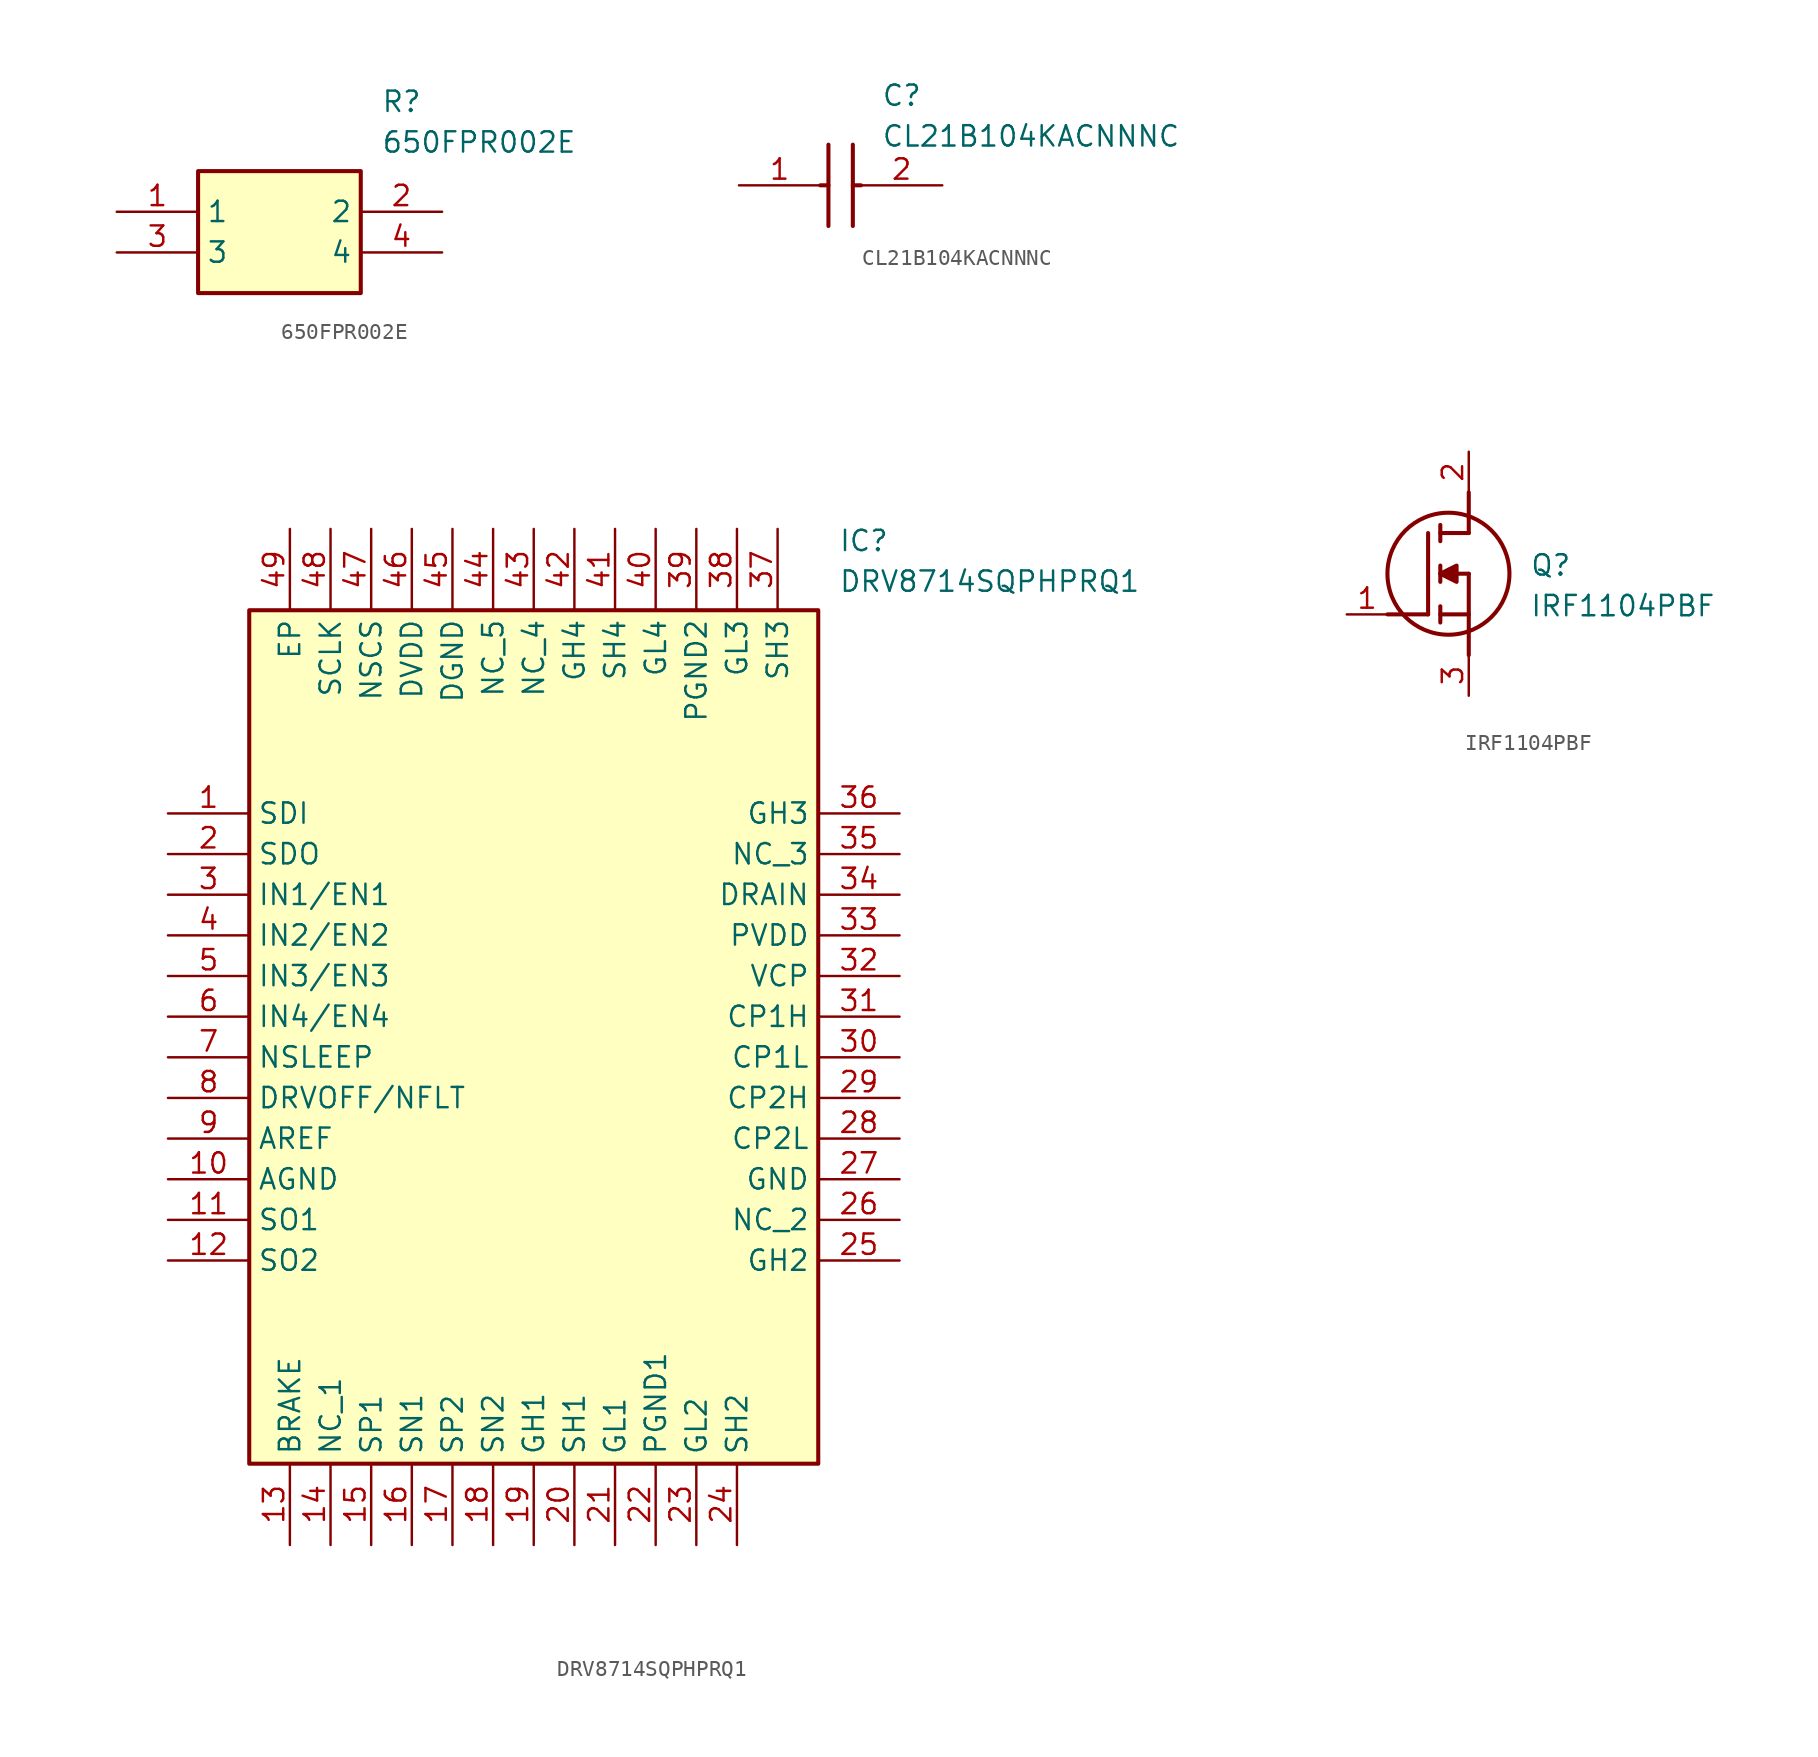
<source format=kicad_sym>
(kicad_symbol_lib
  (version 20231120)
  (generator "kicad_symbol_editor")
  (generator_version "8.0")
  (symbol "650FPR002E"
    (property "Reference" "R"
      (at 16.51 7.62 0)
      (effects (font (size 1.27 1.27)) (justify left top)))
    (property "Value" "650FPR002E"
      (at 16.51 5.08 0)
      (effects (font (size 1.27 1.27)) (justify left top)))
    (symbol "650FPR002E_1_1"
      (rectangle (start 5.08 2.54) (end 15.24 -5.08) (stroke (width 0.254) (type default)) (fill (type background)))
      (pin passive line (at 0 0 0) (length 5.08) (name "1" (effects (font (size 1.27 1.27)))) (number "1" (effects (font (size 1.27 1.27)))))
      (pin passive line (at 20.32 0 180) (length 5.08) (name "2" (effects (font (size 1.27 1.27)))) (number "2" (effects (font (size 1.27 1.27)))))
      (pin passive line (at 0 -2.54 0) (length 5.08) (name "3" (effects (font (size 1.27 1.27)))) (number "3" (effects (font (size 1.27 1.27)))))
      (pin passive line (at 20.32 -2.54 180) (length 5.08) (name "4" (effects (font (size 1.27 1.27)))) (number "4" (effects (font (size 1.27 1.27)))))))
  (symbol "CL21B104KACNNNC"
    (pin_names hide)
    (property "Reference" "C"
      (at 8.89 6.35 0)
      (effects (font (size 1.27 1.27)) (justify left top)))
    (property "Value" "CL21B104KACNNNC"
      (at 8.89 3.81 0)
      (effects (font (size 1.27 1.27)) (justify left top)))
    (symbol "CL21B104KACNNNC_1_1"
      (polyline (pts (xy 5.08 0) (xy 5.588 0)) (stroke (width 0.254) (type default)) (fill (type none)))
      (polyline (pts (xy 5.588 2.54) (xy 5.588 -2.54)) (stroke (width 0.254) (type default)) (fill (type none)))
      (polyline (pts (xy 7.112 0) (xy 7.62 0)) (stroke (width 0.254) (type default)) (fill (type none)))
      (polyline (pts (xy 7.112 2.54) (xy 7.112 -2.54)) (stroke (width 0.254) (type default)) (fill (type none)))
      (pin passive line (at 0 0 0) (length 5.08) (name "1" (effects (font (size 1.27 1.27)))) (number "1" (effects (font (size 1.27 1.27)))))
      (pin passive line (at 12.7 0 180) (length 5.08) (name "2" (effects (font (size 1.27 1.27)))) (number "2" (effects (font (size 1.27 1.27)))))))
  (symbol "DRV8714SQPHPRQ1"
    (property "Reference" "IC"
      (at 41.91 17.78 0)
      (effects (font (size 1.27 1.27)) (justify left top)))
    (property "Value" "DRV8714SQPHPRQ1"
      (at 41.91 15.24 0)
      (effects (font (size 1.27 1.27)) (justify left top)))
    (symbol "DRV8714SQPHPRQ1_1_1"
      (rectangle (start 5.08 12.7) (end 40.64 -40.64) (stroke (width 0.254) (type default)) (fill (type background)))
      (pin passive line (at 0 0 0) (length 5.08) (name "SDI" (effects (font (size 1.27 1.27)))) (number "1" (effects (font (size 1.27 1.27)))))
      (pin passive line (at 0 -22.86 0) (length 5.08) (name "AGND" (effects (font (size 1.27 1.27)))) (number "10" (effects (font (size 1.27 1.27)))))
      (pin passive line (at 0 -25.4 0) (length 5.08) (name "SO1" (effects (font (size 1.27 1.27)))) (number "11" (effects (font (size 1.27 1.27)))))
      (pin passive line (at 0 -27.94 0) (length 5.08) (name "SO2" (effects (font (size 1.27 1.27)))) (number "12" (effects (font (size 1.27 1.27)))))
      (pin passive line (at 7.62 -45.72 90) (length 5.08) (name "BRAKE" (effects (font (size 1.27 1.27)))) (number "13" (effects (font (size 1.27 1.27)))))
      (pin passive line (at 10.16 -45.72 90) (length 5.08) (name "NC_1" (effects (font (size 1.27 1.27)))) (number "14" (effects (font (size 1.27 1.27)))))
      (pin passive line (at 12.7 -45.72 90) (length 5.08) (name "SP1" (effects (font (size 1.27 1.27)))) (number "15" (effects (font (size 1.27 1.27)))))
      (pin passive line (at 15.24 -45.72 90) (length 5.08) (name "SN1" (effects (font (size 1.27 1.27)))) (number "16" (effects (font (size 1.27 1.27)))))
      (pin passive line (at 17.78 -45.72 90) (length 5.08) (name "SP2" (effects (font (size 1.27 1.27)))) (number "17" (effects (font (size 1.27 1.27)))))
      (pin passive line (at 20.32 -45.72 90) (length 5.08) (name "SN2" (effects (font (size 1.27 1.27)))) (number "18" (effects (font (size 1.27 1.27)))))
      (pin passive line (at 22.86 -45.72 90) (length 5.08) (name "GH1" (effects (font (size 1.27 1.27)))) (number "19" (effects (font (size 1.27 1.27)))))
      (pin passive line (at 0 -2.54 0) (length 5.08) (name "SDO" (effects (font (size 1.27 1.27)))) (number "2" (effects (font (size 1.27 1.27)))))
      (pin passive line (at 25.4 -45.72 90) (length 5.08) (name "SH1" (effects (font (size 1.27 1.27)))) (number "20" (effects (font (size 1.27 1.27)))))
      (pin passive line (at 27.94 -45.72 90) (length 5.08) (name "GL1" (effects (font (size 1.27 1.27)))) (number "21" (effects (font (size 1.27 1.27)))))
      (pin passive line (at 30.48 -45.72 90) (length 5.08) (name "PGND1" (effects (font (size 1.27 1.27)))) (number "22" (effects (font (size 1.27 1.27)))))
      (pin passive line (at 33.02 -45.72 90) (length 5.08) (name "GL2" (effects (font (size 1.27 1.27)))) (number "23" (effects (font (size 1.27 1.27)))))
      (pin passive line (at 35.56 -45.72 90) (length 5.08) (name "SH2" (effects (font (size 1.27 1.27)))) (number "24" (effects (font (size 1.27 1.27)))))
      (pin passive line (at 45.72 -27.94 180) (length 5.08) (name "GH2" (effects (font (size 1.27 1.27)))) (number "25" (effects (font (size 1.27 1.27)))))
      (pin passive line (at 45.72 -25.4 180) (length 5.08) (name "NC_2" (effects (font (size 1.27 1.27)))) (number "26" (effects (font (size 1.27 1.27)))))
      (pin passive line (at 45.72 -22.86 180) (length 5.08) (name "GND" (effects (font (size 1.27 1.27)))) (number "27" (effects (font (size 1.27 1.27)))))
      (pin passive line (at 45.72 -20.32 180) (length 5.08) (name "CP2L" (effects (font (size 1.27 1.27)))) (number "28" (effects (font (size 1.27 1.27)))))
      (pin passive line (at 45.72 -17.78 180) (length 5.08) (name "CP2H" (effects (font (size 1.27 1.27)))) (number "29" (effects (font (size 1.27 1.27)))))
      (pin passive line (at 0 -5.08 0) (length 5.08) (name "IN1/EN1" (effects (font (size 1.27 1.27)))) (number "3" (effects (font (size 1.27 1.27)))))
      (pin passive line (at 45.72 -15.24 180) (length 5.08) (name "CP1L" (effects (font (size 1.27 1.27)))) (number "30" (effects (font (size 1.27 1.27)))))
      (pin passive line (at 45.72 -12.7 180) (length 5.08) (name "CP1H" (effects (font (size 1.27 1.27)))) (number "31" (effects (font (size 1.27 1.27)))))
      (pin passive line (at 45.72 -10.16 180) (length 5.08) (name "VCP" (effects (font (size 1.27 1.27)))) (number "32" (effects (font (size 1.27 1.27)))))
      (pin passive line (at 45.72 -7.62 180) (length 5.08) (name "PVDD" (effects (font (size 1.27 1.27)))) (number "33" (effects (font (size 1.27 1.27)))))
      (pin passive line (at 45.72 -5.08 180) (length 5.08) (name "DRAIN" (effects (font (size 1.27 1.27)))) (number "34" (effects (font (size 1.27 1.27)))))
      (pin passive line (at 45.72 -2.54 180) (length 5.08) (name "NC_3" (effects (font (size 1.27 1.27)))) (number "35" (effects (font (size 1.27 1.27)))))
      (pin passive line (at 45.72 0 180) (length 5.08) (name "GH3" (effects (font (size 1.27 1.27)))) (number "36" (effects (font (size 1.27 1.27)))))
      (pin passive line (at 38.1 17.78 270) (length 5.08) (name "SH3" (effects (font (size 1.27 1.27)))) (number "37" (effects (font (size 1.27 1.27)))))
      (pin passive line (at 35.56 17.78 270) (length 5.08) (name "GL3" (effects (font (size 1.27 1.27)))) (number "38" (effects (font (size 1.27 1.27)))))
      (pin passive line (at 33.02 17.78 270) (length 5.08) (name "PGND2" (effects (font (size 1.27 1.27)))) (number "39" (effects (font (size 1.27 1.27)))))
      (pin passive line (at 0 -7.62 0) (length 5.08) (name "IN2/EN2" (effects (font (size 1.27 1.27)))) (number "4" (effects (font (size 1.27 1.27)))))
      (pin passive line (at 30.48 17.78 270) (length 5.08) (name "GL4" (effects (font (size 1.27 1.27)))) (number "40" (effects (font (size 1.27 1.27)))))
      (pin passive line (at 27.94 17.78 270) (length 5.08) (name "SH4" (effects (font (size 1.27 1.27)))) (number "41" (effects (font (size 1.27 1.27)))))
      (pin passive line (at 25.4 17.78 270) (length 5.08) (name "GH4" (effects (font (size 1.27 1.27)))) (number "42" (effects (font (size 1.27 1.27)))))
      (pin passive line (at 22.86 17.78 270) (length 5.08) (name "NC_4" (effects (font (size 1.27 1.27)))) (number "43" (effects (font (size 1.27 1.27)))))
      (pin passive line (at 20.32 17.78 270) (length 5.08) (name "NC_5" (effects (font (size 1.27 1.27)))) (number "44" (effects (font (size 1.27 1.27)))))
      (pin passive line (at 17.78 17.78 270) (length 5.08) (name "DGND" (effects (font (size 1.27 1.27)))) (number "45" (effects (font (size 1.27 1.27)))))
      (pin passive line (at 15.24 17.78 270) (length 5.08) (name "DVDD" (effects (font (size 1.27 1.27)))) (number "46" (effects (font (size 1.27 1.27)))))
      (pin passive line (at 12.7 17.78 270) (length 5.08) (name "NSCS" (effects (font (size 1.27 1.27)))) (number "47" (effects (font (size 1.27 1.27)))))
      (pin passive line (at 10.16 17.78 270) (length 5.08) (name "SCLK" (effects (font (size 1.27 1.27)))) (number "48" (effects (font (size 1.27 1.27)))))
      (pin passive line (at 7.62 17.78 270) (length 5.08) (name "EP" (effects (font (size 1.27 1.27)))) (number "49" (effects (font (size 1.27 1.27)))))
      (pin passive line (at 0 -10.16 0) (length 5.08) (name "IN3/EN3" (effects (font (size 1.27 1.27)))) (number "5" (effects (font (size 1.27 1.27)))))
      (pin passive line (at 0 -12.7 0) (length 5.08) (name "IN4/EN4" (effects (font (size 1.27 1.27)))) (number "6" (effects (font (size 1.27 1.27)))))
      (pin passive line (at 0 -15.24 0) (length 5.08) (name "NSLEEP" (effects (font (size 1.27 1.27)))) (number "7" (effects (font (size 1.27 1.27)))))
      (pin passive line (at 0 -17.78 0) (length 5.08) (name "DRVOFF/NFLT" (effects (font (size 1.27 1.27)))) (number "8" (effects (font (size 1.27 1.27)))))
      (pin passive line (at 0 -20.32 0) (length 5.08) (name "AREF" (effects (font (size 1.27 1.27)))) (number "9" (effects (font (size 1.27 1.27)))))))
  (symbol "IRF1104PBF"
    (pin_names hide)
    (property "Reference" "Q"
      (at 11.43 3.81 0)
      (effects (font (size 1.27 1.27)) (justify left top)))
    (property "Value" "IRF1104PBF"
      (at 11.43 1.27 0)
      (effects (font (size 1.27 1.27)) (justify left top)))
    (symbol "IRF1104PBF_1_1"
      (polyline (pts (xy 2.54 0) (xy 5.08 0)) (stroke (width 0.254) (type default)) (fill (type none)))
      (polyline (pts (xy 5.08 5.08) (xy 5.08 0)) (stroke (width 0.254) (type default)) (fill (type none)))
      (polyline (pts (xy 5.842 -0.508) (xy 5.842 0.508)) (stroke (width 0.254) (type default)) (fill (type none)))
      (polyline (pts (xy 5.842 0) (xy 7.62 0)) (stroke (width 0.254) (type default)) (fill (type none)))
      (polyline (pts (xy 5.842 2.032) (xy 5.842 3.048)) (stroke (width 0.254) (type default)) (fill (type none)))
      (polyline (pts (xy 5.842 5.588) (xy 5.842 4.572)) (stroke (width 0.254) (type default)) (fill (type none)))
      (polyline (pts (xy 7.62 2.54) (xy 5.842 2.54)) (stroke (width 0.254) (type default)) (fill (type none)))
      (polyline (pts (xy 7.62 2.54) (xy 7.62 -2.54)) (stroke (width 0.254) (type default)) (fill (type none)))
      (polyline (pts (xy 7.62 5.08) (xy 5.842 5.08)) (stroke (width 0.254) (type default)) (fill (type none)))
      (polyline (pts (xy 7.62 5.08) (xy 7.62 7.62)) (stroke (width 0.254) (type default)) (fill (type none)))
      (polyline (pts (xy 5.842 2.54) (xy 6.858 3.048) (xy 6.858 2.032) (xy 5.842 2.54)) (stroke (width 0.254) (type default)) (fill (type outline)))
      (circle (center 6.35 2.54) (radius 3.81) (stroke (width 0.254) (type default)) (fill (type none)))
      (pin passive line (at 0 0 0) (length 2.54) (name "G" (effects (font (size 1.27 1.27)))) (number "1" (effects (font (size 1.27 1.27)))))
      (pin passive line (at 7.62 10.16 270) (length 2.54) (name "D" (effects (font (size 1.27 1.27)))) (number "2" (effects (font (size 1.27 1.27)))))
      (pin passive line (at 7.62 -5.08 90) (length 2.54) (name "S" (effects (font (size 1.27 1.27)))) (number "3" (effects (font (size 1.27 1.27))))))))
</source>
